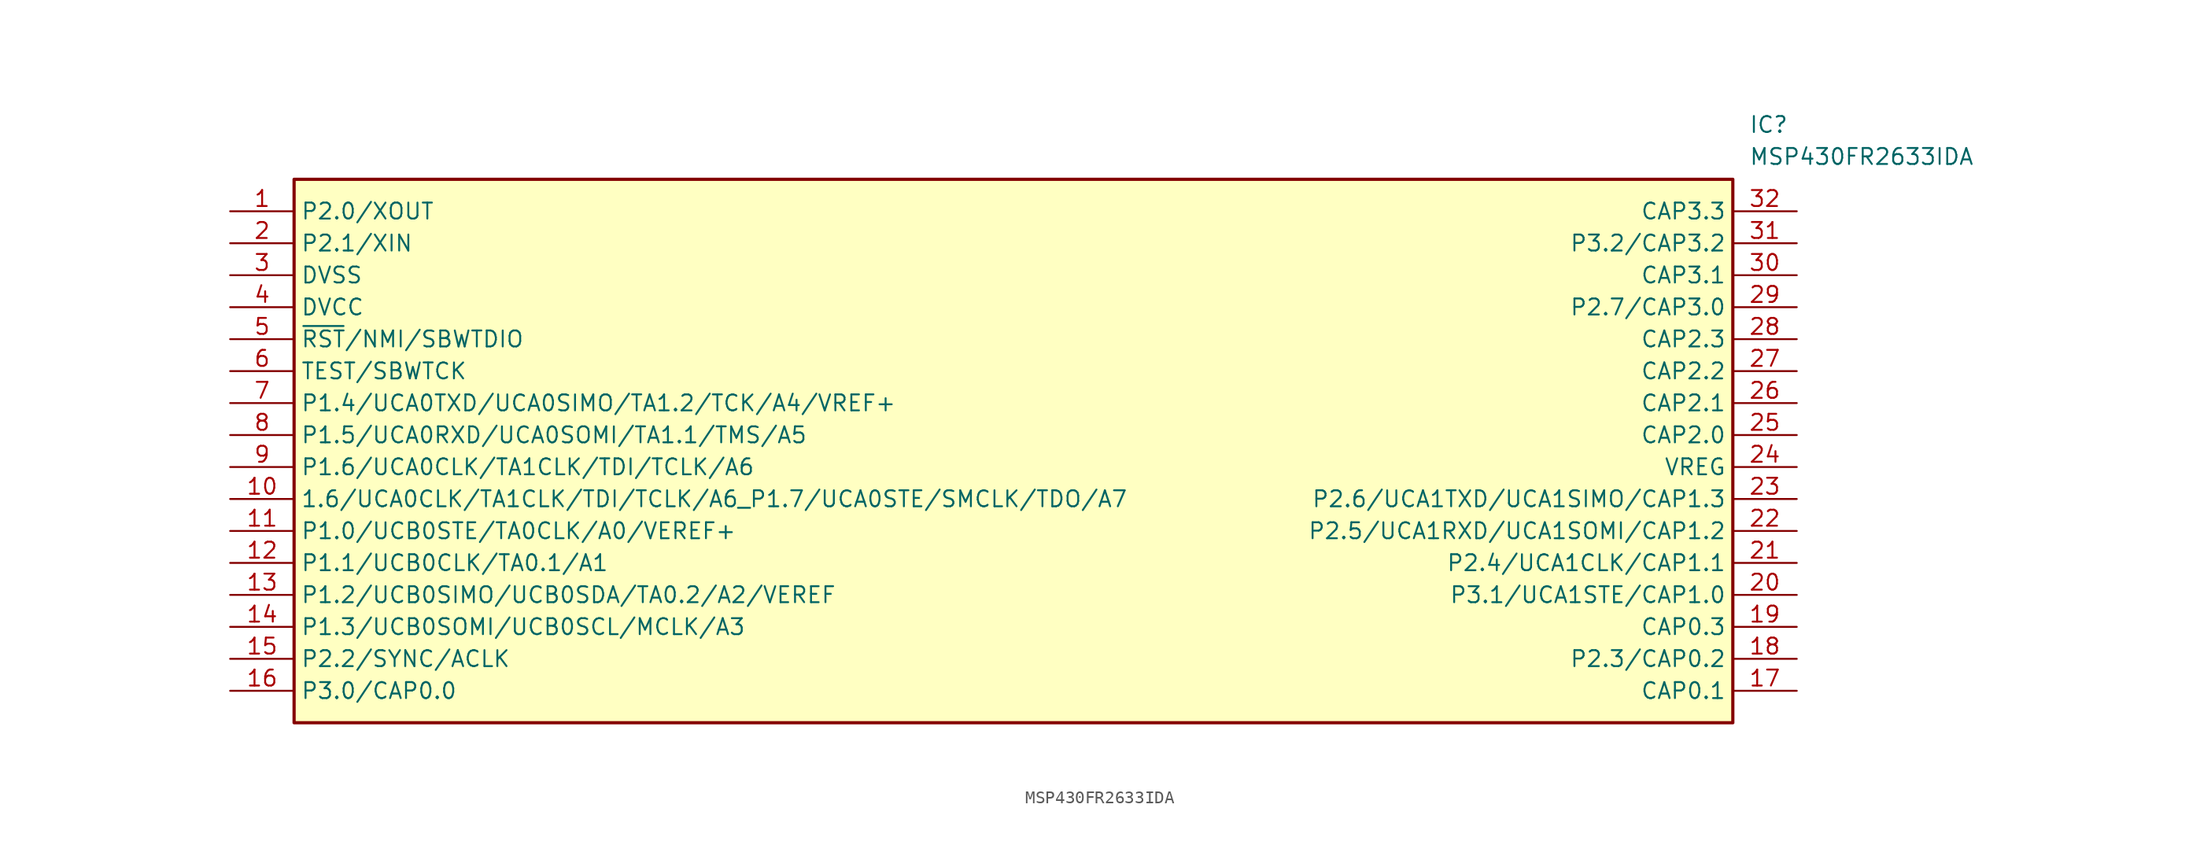
<source format=kicad_sym>
(kicad_symbol_lib
  (version 20220914)
  (generator SamacSys_ECAD_Model)
  (symbol "MSP430FR2633IDA"
    (property "Reference" "IC"
      (at 120.65 7.62 0)
      (effects (font (size 1.27 1.27)) (justify left top)))
    (property "Value" "MSP430FR2633IDA"
      (at 120.65 5.08 0)
      (effects (font (size 1.27 1.27)) (justify left top)))
    (rectangle
      (start 5.08 2.54)
      (end 119.38 -40.64)
      (stroke (width 0.254) (type default))
      (fill (type background)))
    (pin passive line
      (at 0 0 0)
      (length 5.08)
      (name "P2.0/XOUT" (effects (font (size 1.27 1.27))))
      (number "1" (effects (font (size 1.27 1.27)))))
    (pin passive line
      (at 0 -2.54 0)
      (length 5.08)
      (name "P2.1/XIN" (effects (font (size 1.27 1.27))))
      (number "2" (effects (font (size 1.27 1.27)))))
    (pin passive line
      (at 0 -5.08 0)
      (length 5.08)
      (name "DVSS" (effects (font (size 1.27 1.27))))
      (number "3" (effects (font (size 1.27 1.27)))))
    (pin passive line
      (at 0 -7.62 0)
      (length 5.08)
      (name "DVCC" (effects (font (size 1.27 1.27))))
      (number "4" (effects (font (size 1.27 1.27)))))
    (pin passive line
      (at 0 -10.16 0)
      (length 5.08)
      (name "~{RST}/NMI/SBWTDIO" (effects (font (size 1.27 1.27))))
      (number "5" (effects (font (size 1.27 1.27)))))
    (pin passive line
      (at 0 -12.7 0)
      (length 5.08)
      (name "TEST/SBWTCK" (effects (font (size 1.27 1.27))))
      (number "6" (effects (font (size 1.27 1.27)))))
    (pin passive line
      (at 0 -15.24 0)
      (length 5.08)
      (name "P1.4/UCA0TXD/UCA0SIMO/TA1.2/TCK/A4/VREF+" (effects (font (size 1.27 1.27))))
      (number "7" (effects (font (size 1.27 1.27)))))
    (pin passive line
      (at 0 -17.78 0)
      (length 5.08)
      (name "P1.5/UCA0RXD/UCA0SOMI/TA1.1/TMS/A5" (effects (font (size 1.27 1.27))))
      (number "8" (effects (font (size 1.27 1.27)))))
    (pin passive line
      (at 0 -20.32 0)
      (length 5.08)
      (name "P1.6/UCA0CLK/TA1CLK/TDI/TCLK/A6" (effects (font (size 1.27 1.27))))
      (number "9" (effects (font (size 1.27 1.27)))))
    (pin passive line
      (at 0 -22.86 0)
      (length 5.08)
      (name "1.6/UCA0CLK/TA1CLK/TDI/TCLK/A6_P1.7/UCA0STE/SMCLK/TDO/A7" (effects (font (size 1.27 1.27))))
      (number "10" (effects (font (size 1.27 1.27)))))
    (pin passive line
      (at 0 -25.4 0)
      (length 5.08)
      (name "P1.0/UCB0STE/TA0CLK/A0/VEREF+" (effects (font (size 1.27 1.27))))
      (number "11" (effects (font (size 1.27 1.27)))))
    (pin passive line
      (at 0 -27.94 0)
      (length 5.08)
      (name "P1.1/UCB0CLK/TA0.1/A1" (effects (font (size 1.27 1.27))))
      (number "12" (effects (font (size 1.27 1.27)))))
    (pin passive line
      (at 0 -30.48 0)
      (length 5.08)
      (name "P1.2/UCB0SIMO/UCB0SDA/TA0.2/A2/VEREF" (effects (font (size 1.27 1.27))))
      (number "13" (effects (font (size 1.27 1.27)))))
    (pin passive line
      (at 0 -33.02 0)
      (length 5.08)
      (name "P1.3/UCB0SOMI/UCB0SCL/MCLK/A3" (effects (font (size 1.27 1.27))))
      (number "14" (effects (font (size 1.27 1.27)))))
    (pin passive line
      (at 0 -35.56 0)
      (length 5.08)
      (name "P2.2/SYNC/ACLK" (effects (font (size 1.27 1.27))))
      (number "15" (effects (font (size 1.27 1.27)))))
    (pin passive line
      (at 0 -38.1 0)
      (length 5.08)
      (name "P3.0/CAP0.0" (effects (font (size 1.27 1.27))))
      (number "16" (effects (font (size 1.27 1.27)))))
    (pin passive line
      (at 124.46 0 180)
      (length 5.08)
      (name "CAP3.3" (effects (font (size 1.27 1.27))))
      (number "32" (effects (font (size 1.27 1.27)))))
    (pin passive line
      (at 124.46 -2.54 180)
      (length 5.08)
      (name "P3.2/CAP3.2" (effects (font (size 1.27 1.27))))
      (number "31" (effects (font (size 1.27 1.27)))))
    (pin passive line
      (at 124.46 -5.08 180)
      (length 5.08)
      (name "CAP3.1" (effects (font (size 1.27 1.27))))
      (number "30" (effects (font (size 1.27 1.27)))))
    (pin passive line
      (at 124.46 -7.62 180)
      (length 5.08)
      (name "P2.7/CAP3.0" (effects (font (size 1.27 1.27))))
      (number "29" (effects (font (size 1.27 1.27)))))
    (pin passive line
      (at 124.46 -10.16 180)
      (length 5.08)
      (name "CAP2.3" (effects (font (size 1.27 1.27))))
      (number "28" (effects (font (size 1.27 1.27)))))
    (pin passive line
      (at 124.46 -12.7 180)
      (length 5.08)
      (name "CAP2.2" (effects (font (size 1.27 1.27))))
      (number "27" (effects (font (size 1.27 1.27)))))
    (pin passive line
      (at 124.46 -15.24 180)
      (length 5.08)
      (name "CAP2.1" (effects (font (size 1.27 1.27))))
      (number "26" (effects (font (size 1.27 1.27)))))
    (pin passive line
      (at 124.46 -17.78 180)
      (length 5.08)
      (name "CAP2.0" (effects (font (size 1.27 1.27))))
      (number "25" (effects (font (size 1.27 1.27)))))
    (pin passive line
      (at 124.46 -20.32 180)
      (length 5.08)
      (name "VREG" (effects (font (size 1.27 1.27))))
      (number "24" (effects (font (size 1.27 1.27)))))
    (pin passive line
      (at 124.46 -22.86 180)
      (length 5.08)
      (name "P2.6/UCA1TXD/UCA1SIMO/CAP1.3" (effects (font (size 1.27 1.27))))
      (number "23" (effects (font (size 1.27 1.27)))))
    (pin passive line
      (at 124.46 -25.4 180)
      (length 5.08)
      (name "P2.5/UCA1RXD/UCA1SOMI/CAP1.2" (effects (font (size 1.27 1.27))))
      (number "22" (effects (font (size 1.27 1.27)))))
    (pin passive line
      (at 124.46 -27.94 180)
      (length 5.08)
      (name "P2.4/UCA1CLK/CAP1.1" (effects (font (size 1.27 1.27))))
      (number "21" (effects (font (size 1.27 1.27)))))
    (pin passive line
      (at 124.46 -30.48 180)
      (length 5.08)
      (name "P3.1/UCA1STE/CAP1.0" (effects (font (size 1.27 1.27))))
      (number "20" (effects (font (size 1.27 1.27)))))
    (pin passive line
      (at 124.46 -33.02 180)
      (length 5.08)
      (name "CAP0.3" (effects (font (size 1.27 1.27))))
      (number "19" (effects (font (size 1.27 1.27)))))
    (pin passive line
      (at 124.46 -35.56 180)
      (length 5.08)
      (name "P2.3/CAP0.2" (effects (font (size 1.27 1.27))))
      (number "18" (effects (font (size 1.27 1.27)))))
    (pin passive line
      (at 124.46 -38.1 180)
      (length 5.08)
      (name "CAP0.1" (effects (font (size 1.27 1.27))))
      (number "17" (effects (font (size 1.27 1.27)))))))
</source>
